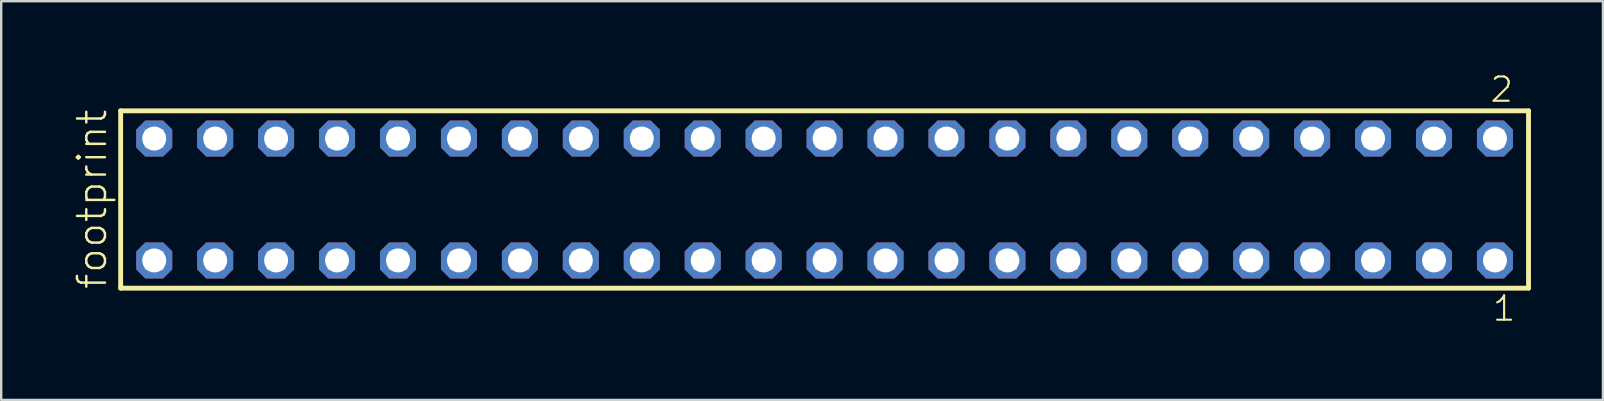
<source format=kicad_pcb>
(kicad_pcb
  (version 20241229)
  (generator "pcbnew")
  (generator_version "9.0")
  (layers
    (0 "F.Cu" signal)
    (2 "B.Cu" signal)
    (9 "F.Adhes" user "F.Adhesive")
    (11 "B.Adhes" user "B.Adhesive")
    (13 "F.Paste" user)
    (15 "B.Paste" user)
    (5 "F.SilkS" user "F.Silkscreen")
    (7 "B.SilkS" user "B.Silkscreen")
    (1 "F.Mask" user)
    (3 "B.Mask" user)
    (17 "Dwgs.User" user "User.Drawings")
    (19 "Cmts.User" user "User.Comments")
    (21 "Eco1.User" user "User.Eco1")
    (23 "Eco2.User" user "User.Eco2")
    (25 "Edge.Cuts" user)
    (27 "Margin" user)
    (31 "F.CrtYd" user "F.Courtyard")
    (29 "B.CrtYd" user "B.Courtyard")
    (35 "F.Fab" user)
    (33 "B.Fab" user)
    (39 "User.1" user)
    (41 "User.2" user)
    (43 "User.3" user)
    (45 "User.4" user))
  (footprint "footprint"
    (layer "F.Cu")
    (at 31.318 5.265)
    (property "Reference" "footprint" (at -29.845 3.81 90) (layer "F.SilkS") (effects (font (size 1.168 1.168) (thickness 0.102)) (justify left bottom)))
    (fp_line (start -29.339 -3.695) (end 29.339 -3.695) (stroke (width 0.203) (type solid)) (layer "F.SilkS"))
    (fp_line (start -29.339 3.695) (end -29.339 -3.695) (stroke (width 0.203) (type solid)) (layer "F.SilkS"))
    (fp_line (start 29.339 -3.695) (end 29.339 3.695) (stroke (width 0.203) (type solid)) (layer "F.SilkS"))
    (fp_line (start 29.339 3.695) (end -29.339 3.695) (stroke (width 0.203) (type solid)) (layer "F.SilkS"))
    (fp_poly (pts (xy -28.29 -2.19) (xy -27.59 -2.19) (xy -27.59 -2.89) (xy -28.29 -2.89)) (stroke (width 0.1) (type solid)) (fill no) (layer "F.Fab"))
    (fp_poly (pts (xy -28.29 2.89) (xy -27.59 2.89) (xy -27.59 2.19) (xy -28.29 2.19)) (stroke (width 0.1) (type solid)) (fill no) (layer "F.Fab"))
    (fp_poly (pts (xy -25.75 -2.19) (xy -25.05 -2.19) (xy -25.05 -2.89) (xy -25.75 -2.89)) (stroke (width 0.1) (type solid)) (fill no) (layer "F.Fab"))
    (fp_poly (pts (xy -25.75 2.89) (xy -25.05 2.89) (xy -25.05 2.19) (xy -25.75 2.19)) (stroke (width 0.1) (type solid)) (fill no) (layer "F.Fab"))
    (fp_poly (pts (xy -23.21 -2.19) (xy -22.51 -2.19) (xy -22.51 -2.89) (xy -23.21 -2.89)) (stroke (width 0.1) (type solid)) (fill no) (layer "F.Fab"))
    (fp_poly (pts (xy -23.21 2.89) (xy -22.51 2.89) (xy -22.51 2.19) (xy -23.21 2.19)) (stroke (width 0.1) (type solid)) (fill no) (layer "F.Fab"))
    (fp_poly (pts (xy -20.67 -2.19) (xy -19.97 -2.19) (xy -19.97 -2.89) (xy -20.67 -2.89)) (stroke (width 0.1) (type solid)) (fill no) (layer "F.Fab"))
    (fp_poly (pts (xy -20.67 2.89) (xy -19.97 2.89) (xy -19.97 2.19) (xy -20.67 2.19)) (stroke (width 0.1) (type solid)) (fill no) (layer "F.Fab"))
    (fp_poly (pts (xy -18.13 -2.19) (xy -17.43 -2.19) (xy -17.43 -2.89) (xy -18.13 -2.89)) (stroke (width 0.1) (type solid)) (fill no) (layer "F.Fab"))
    (fp_poly (pts (xy -18.13 2.89) (xy -17.43 2.89) (xy -17.43 2.19) (xy -18.13 2.19)) (stroke (width 0.1) (type solid)) (fill no) (layer "F.Fab"))
    (fp_poly (pts (xy -15.59 -2.19) (xy -14.89 -2.19) (xy -14.89 -2.89) (xy -15.59 -2.89)) (stroke (width 0.1) (type solid)) (fill no) (layer "F.Fab"))
    (fp_poly (pts (xy -15.59 2.89) (xy -14.89 2.89) (xy -14.89 2.19) (xy -15.59 2.19)) (stroke (width 0.1) (type solid)) (fill no) (layer "F.Fab"))
    (fp_poly (pts (xy -13.05 -2.19) (xy -12.35 -2.19) (xy -12.35 -2.89) (xy -13.05 -2.89)) (stroke (width 0.1) (type solid)) (fill no) (layer "F.Fab"))
    (fp_poly (pts (xy -13.05 2.89) (xy -12.35 2.89) (xy -12.35 2.19) (xy -13.05 2.19)) (stroke (width 0.1) (type solid)) (fill no) (layer "F.Fab"))
    (fp_poly (pts (xy -10.51 -2.19) (xy -9.81 -2.19) (xy -9.81 -2.89) (xy -10.51 -2.89)) (stroke (width 0.1) (type solid)) (fill no) (layer "F.Fab"))
    (fp_poly (pts (xy -10.51 2.89) (xy -9.81 2.89) (xy -9.81 2.19) (xy -10.51 2.19)) (stroke (width 0.1) (type solid)) (fill no) (layer "F.Fab"))
    (fp_poly (pts (xy -7.97 -2.19) (xy -7.27 -2.19) (xy -7.27 -2.89) (xy -7.97 -2.89)) (stroke (width 0.1) (type solid)) (fill no) (layer "F.Fab"))
    (fp_poly (pts (xy -7.97 2.89) (xy -7.27 2.89) (xy -7.27 2.19) (xy -7.97 2.19)) (stroke (width 0.1) (type solid)) (fill no) (layer "F.Fab"))
    (fp_poly (pts (xy -5.43 -2.19) (xy -4.73 -2.19) (xy -4.73 -2.89) (xy -5.43 -2.89)) (stroke (width 0.1) (type solid)) (fill no) (layer "F.Fab"))
    (fp_poly (pts (xy -5.43 2.89) (xy -4.73 2.89) (xy -4.73 2.19) (xy -5.43 2.19)) (stroke (width 0.1) (type solid)) (fill no) (layer "F.Fab"))
    (fp_poly (pts (xy -2.89 -2.19) (xy -2.19 -2.19) (xy -2.19 -2.89) (xy -2.89 -2.89)) (stroke (width 0.1) (type solid)) (fill no) (layer "F.Fab"))
    (fp_poly (pts (xy -2.89 2.89) (xy -2.19 2.89) (xy -2.19 2.19) (xy -2.89 2.19)) (stroke (width 0.1) (type solid)) (fill no) (layer "F.Fab"))
    (fp_poly (pts (xy -0.35 -2.19) (xy 0.35 -2.19) (xy 0.35 -2.89) (xy -0.35 -2.89)) (stroke (width 0.1) (type solid)) (fill no) (layer "F.Fab"))
    (fp_poly (pts (xy -0.35 2.89) (xy 0.35 2.89) (xy 0.35 2.19) (xy -0.35 2.19)) (stroke (width 0.1) (type solid)) (fill no) (layer "F.Fab"))
    (fp_poly (pts (xy 2.19 -2.19) (xy 2.89 -2.19) (xy 2.89 -2.89) (xy 2.19 -2.89)) (stroke (width 0.1) (type solid)) (fill no) (layer "F.Fab"))
    (fp_poly (pts (xy 2.19 2.89) (xy 2.89 2.89) (xy 2.89 2.19) (xy 2.19 2.19)) (stroke (width 0.1) (type solid)) (fill no) (layer "F.Fab"))
    (fp_poly (pts (xy 4.73 -2.19) (xy 5.43 -2.19) (xy 5.43 -2.89) (xy 4.73 -2.89)) (stroke (width 0.1) (type solid)) (fill no) (layer "F.Fab"))
    (fp_poly (pts (xy 4.73 2.89) (xy 5.43 2.89) (xy 5.43 2.19) (xy 4.73 2.19)) (stroke (width 0.1) (type solid)) (fill no) (layer "F.Fab"))
    (fp_poly (pts (xy 7.27 -2.19) (xy 7.97 -2.19) (xy 7.97 -2.89) (xy 7.27 -2.89)) (stroke (width 0.1) (type solid)) (fill no) (layer "F.Fab"))
    (fp_poly (pts (xy 7.27 2.89) (xy 7.97 2.89) (xy 7.97 2.19) (xy 7.27 2.19)) (stroke (width 0.1) (type solid)) (fill no) (layer "F.Fab"))
    (fp_poly (pts (xy 9.81 -2.19) (xy 10.51 -2.19) (xy 10.51 -2.89) (xy 9.81 -2.89)) (stroke (width 0.1) (type solid)) (fill no) (layer "F.Fab"))
    (fp_poly (pts (xy 9.81 2.89) (xy 10.51 2.89) (xy 10.51 2.19) (xy 9.81 2.19)) (stroke (width 0.1) (type solid)) (fill no) (layer "F.Fab"))
    (fp_poly (pts (xy 12.35 -2.19) (xy 13.05 -2.19) (xy 13.05 -2.89) (xy 12.35 -2.89)) (stroke (width 0.1) (type solid)) (fill no) (layer "F.Fab"))
    (fp_poly (pts (xy 12.35 2.89) (xy 13.05 2.89) (xy 13.05 2.19) (xy 12.35 2.19)) (stroke (width 0.1) (type solid)) (fill no) (layer "F.Fab"))
    (fp_poly (pts (xy 14.89 -2.19) (xy 15.59 -2.19) (xy 15.59 -2.89) (xy 14.89 -2.89)) (stroke (width 0.1) (type solid)) (fill no) (layer "F.Fab"))
    (fp_poly (pts (xy 14.89 2.89) (xy 15.59 2.89) (xy 15.59 2.19) (xy 14.89 2.19)) (stroke (width 0.1) (type solid)) (fill no) (layer "F.Fab"))
    (fp_poly (pts (xy 17.43 -2.19) (xy 18.13 -2.19) (xy 18.13 -2.89) (xy 17.43 -2.89)) (stroke (width 0.1) (type solid)) (fill no) (layer "F.Fab"))
    (fp_poly (pts (xy 17.43 2.89) (xy 18.13 2.89) (xy 18.13 2.19) (xy 17.43 2.19)) (stroke (width 0.1) (type solid)) (fill no) (layer "F.Fab"))
    (fp_poly (pts (xy 19.97 -2.19) (xy 20.67 -2.19) (xy 20.67 -2.89) (xy 19.97 -2.89)) (stroke (width 0.1) (type solid)) (fill no) (layer "F.Fab"))
    (fp_poly (pts (xy 19.97 2.89) (xy 20.67 2.89) (xy 20.67 2.19) (xy 19.97 2.19)) (stroke (width 0.1) (type solid)) (fill no) (layer "F.Fab"))
    (fp_poly (pts (xy 22.51 -2.19) (xy 23.21 -2.19) (xy 23.21 -2.89) (xy 22.51 -2.89)) (stroke (width 0.1) (type solid)) (fill no) (layer "F.Fab"))
    (fp_poly (pts (xy 22.51 2.89) (xy 23.21 2.89) (xy 23.21 2.19) (xy 22.51 2.19)) (stroke (width 0.1) (type solid)) (fill no) (layer "F.Fab"))
    (fp_poly (pts (xy 25.05 -2.19) (xy 25.75 -2.19) (xy 25.75 -2.89) (xy 25.05 -2.89)) (stroke (width 0.1) (type solid)) (fill no) (layer "F.Fab"))
    (fp_poly (pts (xy 25.05 2.89) (xy 25.75 2.89) (xy 25.75 2.19) (xy 25.05 2.19)) (stroke (width 0.1) (type solid)) (fill no) (layer "F.Fab"))
    (fp_poly (pts (xy 27.59 -2.19) (xy 28.29 -2.19) (xy 28.29 -2.89) (xy 27.59 -2.89)) (stroke (width 0.1) (type solid)) (fill no) (layer "F.Fab"))
    (fp_poly (pts (xy 27.59 2.89) (xy 28.29 2.89) (xy 28.29 2.19) (xy 27.59 2.19)) (stroke (width 0.1) (type solid)) (fill no) (layer "F.Fab"))
    (fp_text user "2" (at 27.682 -3.989 0) (layer "F.SilkS") (effects (font (size 1.012 1.012) (thickness 0.088)) (justify left bottom)))
    (fp_text user "1" (at 27.782 5.138 0) (layer "F.SilkS") (effects (font (size 1.012 1.012) (thickness 0.088)) (justify left bottom)))
    (pad "1" thru_hole roundrect (at 27.94 2.54 180) (size 1.5 1.5) (drill 1) (layers "*.Cu" "*.Mask") (roundrect_rratio 0.25) (chamfer_ratio 0.25) (chamfer top_left top_right bottom_left bottom_right))
    (pad "2" thru_hole roundrect (at 27.94 -2.54 180) (size 1.5 1.5) (drill 1) (layers "*.Cu" "*.Mask") (roundrect_rratio 0.25) (chamfer_ratio 0.25) (chamfer top_left top_right bottom_left bottom_right))
    (pad "3" thru_hole roundrect (at 25.4 2.54 180) (size 1.5 1.5) (drill 1) (layers "*.Cu" "*.Mask") (roundrect_rratio 0.25) (chamfer_ratio 0.25) (chamfer top_left top_right bottom_left bottom_right))
    (pad "4" thru_hole roundrect (at 25.4 -2.54 180) (size 1.5 1.5) (drill 1) (layers "*.Cu" "*.Mask") (roundrect_rratio 0.25) (chamfer_ratio 0.25) (chamfer top_left top_right bottom_left bottom_right))
    (pad "5" thru_hole roundrect (at 22.86 2.54 180) (size 1.5 1.5) (drill 1) (layers "*.Cu" "*.Mask") (roundrect_rratio 0.25) (chamfer_ratio 0.25) (chamfer top_left top_right bottom_left bottom_right))
    (pad "6" thru_hole roundrect (at 22.86 -2.54 180) (size 1.5 1.5) (drill 1) (layers "*.Cu" "*.Mask") (roundrect_rratio 0.25) (chamfer_ratio 0.25) (chamfer top_left top_right bottom_left bottom_right))
    (pad "7" thru_hole roundrect (at 20.32 2.54 180) (size 1.5 1.5) (drill 1) (layers "*.Cu" "*.Mask") (roundrect_rratio 0.25) (chamfer_ratio 0.25) (chamfer top_left top_right bottom_left bottom_right))
    (pad "8" thru_hole roundrect (at 20.32 -2.54 180) (size 1.5 1.5) (drill 1) (layers "*.Cu" "*.Mask") (roundrect_rratio 0.25) (chamfer_ratio 0.25) (chamfer top_left top_right bottom_left bottom_right))
    (pad "9" thru_hole roundrect (at 17.78 2.54 180) (size 1.5 1.5) (drill 1) (layers "*.Cu" "*.Mask") (roundrect_rratio 0.25) (chamfer_ratio 0.25) (chamfer top_left top_right bottom_left bottom_right))
    (pad "10" thru_hole roundrect (at 17.78 -2.54 180) (size 1.5 1.5) (drill 1) (layers "*.Cu" "*.Mask") (roundrect_rratio 0.25) (chamfer_ratio 0.25) (chamfer top_left top_right bottom_left bottom_right))
    (pad "11" thru_hole roundrect (at 15.24 2.54 180) (size 1.5 1.5) (drill 1) (layers "*.Cu" "*.Mask") (roundrect_rratio 0.25) (chamfer_ratio 0.25) (chamfer top_left top_right bottom_left bottom_right))
    (pad "12" thru_hole roundrect (at 15.24 -2.54 180) (size 1.5 1.5) (drill 1) (layers "*.Cu" "*.Mask") (roundrect_rratio 0.25) (chamfer_ratio 0.25) (chamfer top_left top_right bottom_left bottom_right))
    (pad "13" thru_hole roundrect (at 12.7 2.54 180) (size 1.5 1.5) (drill 1) (layers "*.Cu" "*.Mask") (roundrect_rratio 0.25) (chamfer_ratio 0.25) (chamfer top_left top_right bottom_left bottom_right))
    (pad "14" thru_hole roundrect (at 12.7 -2.54 180) (size 1.5 1.5) (drill 1) (layers "*.Cu" "*.Mask") (roundrect_rratio 0.25) (chamfer_ratio 0.25) (chamfer top_left top_right bottom_left bottom_right))
    (pad "15" thru_hole roundrect (at 10.16 2.54 180) (size 1.5 1.5) (drill 1) (layers "*.Cu" "*.Mask") (roundrect_rratio 0.25) (chamfer_ratio 0.25) (chamfer top_left top_right bottom_left bottom_right))
    (pad "16" thru_hole roundrect (at 10.16 -2.54 180) (size 1.5 1.5) (drill 1) (layers "*.Cu" "*.Mask") (roundrect_rratio 0.25) (chamfer_ratio 0.25) (chamfer top_left top_right bottom_left bottom_right))
    (pad "17" thru_hole roundrect (at 7.62 2.54 180) (size 1.5 1.5) (drill 1) (layers "*.Cu" "*.Mask") (roundrect_rratio 0.25) (chamfer_ratio 0.25) (chamfer top_left top_right bottom_left bottom_right))
    (pad "18" thru_hole roundrect (at 7.62 -2.54 180) (size 1.5 1.5) (drill 1) (layers "*.Cu" "*.Mask") (roundrect_rratio 0.25) (chamfer_ratio 0.25) (chamfer top_left top_right bottom_left bottom_right))
    (pad "19" thru_hole roundrect (at 5.08 2.54 180) (size 1.5 1.5) (drill 1) (layers "*.Cu" "*.Mask") (roundrect_rratio 0.25) (chamfer_ratio 0.25) (chamfer top_left top_right bottom_left bottom_right))
    (pad "20" thru_hole roundrect (at 5.08 -2.54 180) (size 1.5 1.5) (drill 1) (layers "*.Cu" "*.Mask") (roundrect_rratio 0.25) (chamfer_ratio 0.25) (chamfer top_left top_right bottom_left bottom_right))
    (pad "21" thru_hole roundrect (at 2.54 2.54 180) (size 1.5 1.5) (drill 1) (layers "*.Cu" "*.Mask") (roundrect_rratio 0.25) (chamfer_ratio 0.25) (chamfer top_left top_right bottom_left bottom_right))
    (pad "22" thru_hole roundrect (at 2.54 -2.54 180) (size 1.5 1.5) (drill 1) (layers "*.Cu" "*.Mask") (roundrect_rratio 0.25) (chamfer_ratio 0.25) (chamfer top_left top_right bottom_left bottom_right))
    (pad "23" thru_hole roundrect (at 0 2.54 180) (size 1.5 1.5) (drill 1) (layers "*.Cu" "*.Mask") (roundrect_rratio 0.25) (chamfer_ratio 0.25) (chamfer top_left top_right bottom_left bottom_right))
    (pad "24" thru_hole roundrect (at 0 -2.54 180) (size 1.5 1.5) (drill 1) (layers "*.Cu" "*.Mask") (roundrect_rratio 0.25) (chamfer_ratio 0.25) (chamfer top_left top_right bottom_left bottom_right))
    (pad "25" thru_hole roundrect (at -2.54 2.54 180) (size 1.5 1.5) (drill 1) (layers "*.Cu" "*.Mask") (roundrect_rratio 0.25) (chamfer_ratio 0.25) (chamfer top_left top_right bottom_left bottom_right))
    (pad "26" thru_hole roundrect (at -2.54 -2.54 180) (size 1.5 1.5) (drill 1) (layers "*.Cu" "*.Mask") (roundrect_rratio 0.25) (chamfer_ratio 0.25) (chamfer top_left top_right bottom_left bottom_right))
    (pad "27" thru_hole roundrect (at -5.08 2.54 180) (size 1.5 1.5) (drill 1) (layers "*.Cu" "*.Mask") (roundrect_rratio 0.25) (chamfer_ratio 0.25) (chamfer top_left top_right bottom_left bottom_right))
    (pad "28" thru_hole roundrect (at -5.08 -2.54 180) (size 1.5 1.5) (drill 1) (layers "*.Cu" "*.Mask") (roundrect_rratio 0.25) (chamfer_ratio 0.25) (chamfer top_left top_right bottom_left bottom_right))
    (pad "29" thru_hole roundrect (at -7.62 2.54 180) (size 1.5 1.5) (drill 1) (layers "*.Cu" "*.Mask") (roundrect_rratio 0.25) (chamfer_ratio 0.25) (chamfer top_left top_right bottom_left bottom_right))
    (pad "30" thru_hole roundrect (at -7.62 -2.54 180) (size 1.5 1.5) (drill 1) (layers "*.Cu" "*.Mask") (roundrect_rratio 0.25) (chamfer_ratio 0.25) (chamfer top_left top_right bottom_left bottom_right))
    (pad "31" thru_hole roundrect (at -10.16 2.54 180) (size 1.5 1.5) (drill 1) (layers "*.Cu" "*.Mask") (roundrect_rratio 0.25) (chamfer_ratio 0.25) (chamfer top_left top_right bottom_left bottom_right))
    (pad "32" thru_hole roundrect (at -10.16 -2.54 180) (size 1.5 1.5) (drill 1) (layers "*.Cu" "*.Mask") (roundrect_rratio 0.25) (chamfer_ratio 0.25) (chamfer top_left top_right bottom_left bottom_right))
    (pad "33" thru_hole roundrect (at -12.7 2.54 180) (size 1.5 1.5) (drill 1) (layers "*.Cu" "*.Mask") (roundrect_rratio 0.25) (chamfer_ratio 0.25) (chamfer top_left top_right bottom_left bottom_right))
    (pad "34" thru_hole roundrect (at -12.7 -2.54 180) (size 1.5 1.5) (drill 1) (layers "*.Cu" "*.Mask") (roundrect_rratio 0.25) (chamfer_ratio 0.25) (chamfer top_left top_right bottom_left bottom_right))
    (pad "35" thru_hole roundrect (at -15.24 2.54 180) (size 1.5 1.5) (drill 1) (layers "*.Cu" "*.Mask") (roundrect_rratio 0.25) (chamfer_ratio 0.25) (chamfer top_left top_right bottom_left bottom_right))
    (pad "36" thru_hole roundrect (at -15.24 -2.54 180) (size 1.5 1.5) (drill 1) (layers "*.Cu" "*.Mask") (roundrect_rratio 0.25) (chamfer_ratio 0.25) (chamfer top_left top_right bottom_left bottom_right))
    (pad "37" thru_hole roundrect (at -17.78 2.54 180) (size 1.5 1.5) (drill 1) (layers "*.Cu" "*.Mask") (roundrect_rratio 0.25) (chamfer_ratio 0.25) (chamfer top_left top_right bottom_left bottom_right))
    (pad "38" thru_hole roundrect (at -17.78 -2.54 180) (size 1.5 1.5) (drill 1) (layers "*.Cu" "*.Mask") (roundrect_rratio 0.25) (chamfer_ratio 0.25) (chamfer top_left top_right bottom_left bottom_right))
    (pad "39" thru_hole roundrect (at -20.32 2.54 180) (size 1.5 1.5) (drill 1) (layers "*.Cu" "*.Mask") (roundrect_rratio 0.25) (chamfer_ratio 0.25) (chamfer top_left top_right bottom_left bottom_right))
    (pad "40" thru_hole roundrect (at -20.32 -2.54 180) (size 1.5 1.5) (drill 1) (layers "*.Cu" "*.Mask") (roundrect_rratio 0.25) (chamfer_ratio 0.25) (chamfer top_left top_right bottom_left bottom_right))
    (pad "41" thru_hole roundrect (at -22.86 2.54 180) (size 1.5 1.5) (drill 1) (layers "*.Cu" "*.Mask") (roundrect_rratio 0.25) (chamfer_ratio 0.25) (chamfer top_left top_right bottom_left bottom_right))
    (pad "42" thru_hole roundrect (at -22.86 -2.54 180) (size 1.5 1.5) (drill 1) (layers "*.Cu" "*.Mask") (roundrect_rratio 0.25) (chamfer_ratio 0.25) (chamfer top_left top_right bottom_left bottom_right))
    (pad "43" thru_hole roundrect (at -25.4 2.54 180) (size 1.5 1.5) (drill 1) (layers "*.Cu" "*.Mask") (roundrect_rratio 0.25) (chamfer_ratio 0.25) (chamfer top_left top_right bottom_left bottom_right))
    (pad "44" thru_hole roundrect (at -25.4 -2.54 180) (size 1.5 1.5) (drill 1) (layers "*.Cu" "*.Mask") (roundrect_rratio 0.25) (chamfer_ratio 0.25) (chamfer top_left top_right bottom_left bottom_right))
    (pad "45" thru_hole roundrect (at -27.94 2.54 180) (size 1.5 1.5) (drill 1) (layers "*.Cu" "*.Mask") (roundrect_rratio 0.25) (chamfer_ratio 0.25) (chamfer top_left top_right bottom_left bottom_right))
    (pad "46" thru_hole roundrect (at -27.94 -2.54 180) (size 1.5 1.5) (drill 1) (layers "*.Cu" "*.Mask") (roundrect_rratio 0.25) (chamfer_ratio 0.25) (chamfer top_left top_right bottom_left bottom_right)))
  (gr_rect
    (start -3 -3)
    (end 63.759 13.62)
    (stroke (width 0.1) (type default))
    (fill no)
    (layer "Edge.Cuts")))
</source>
